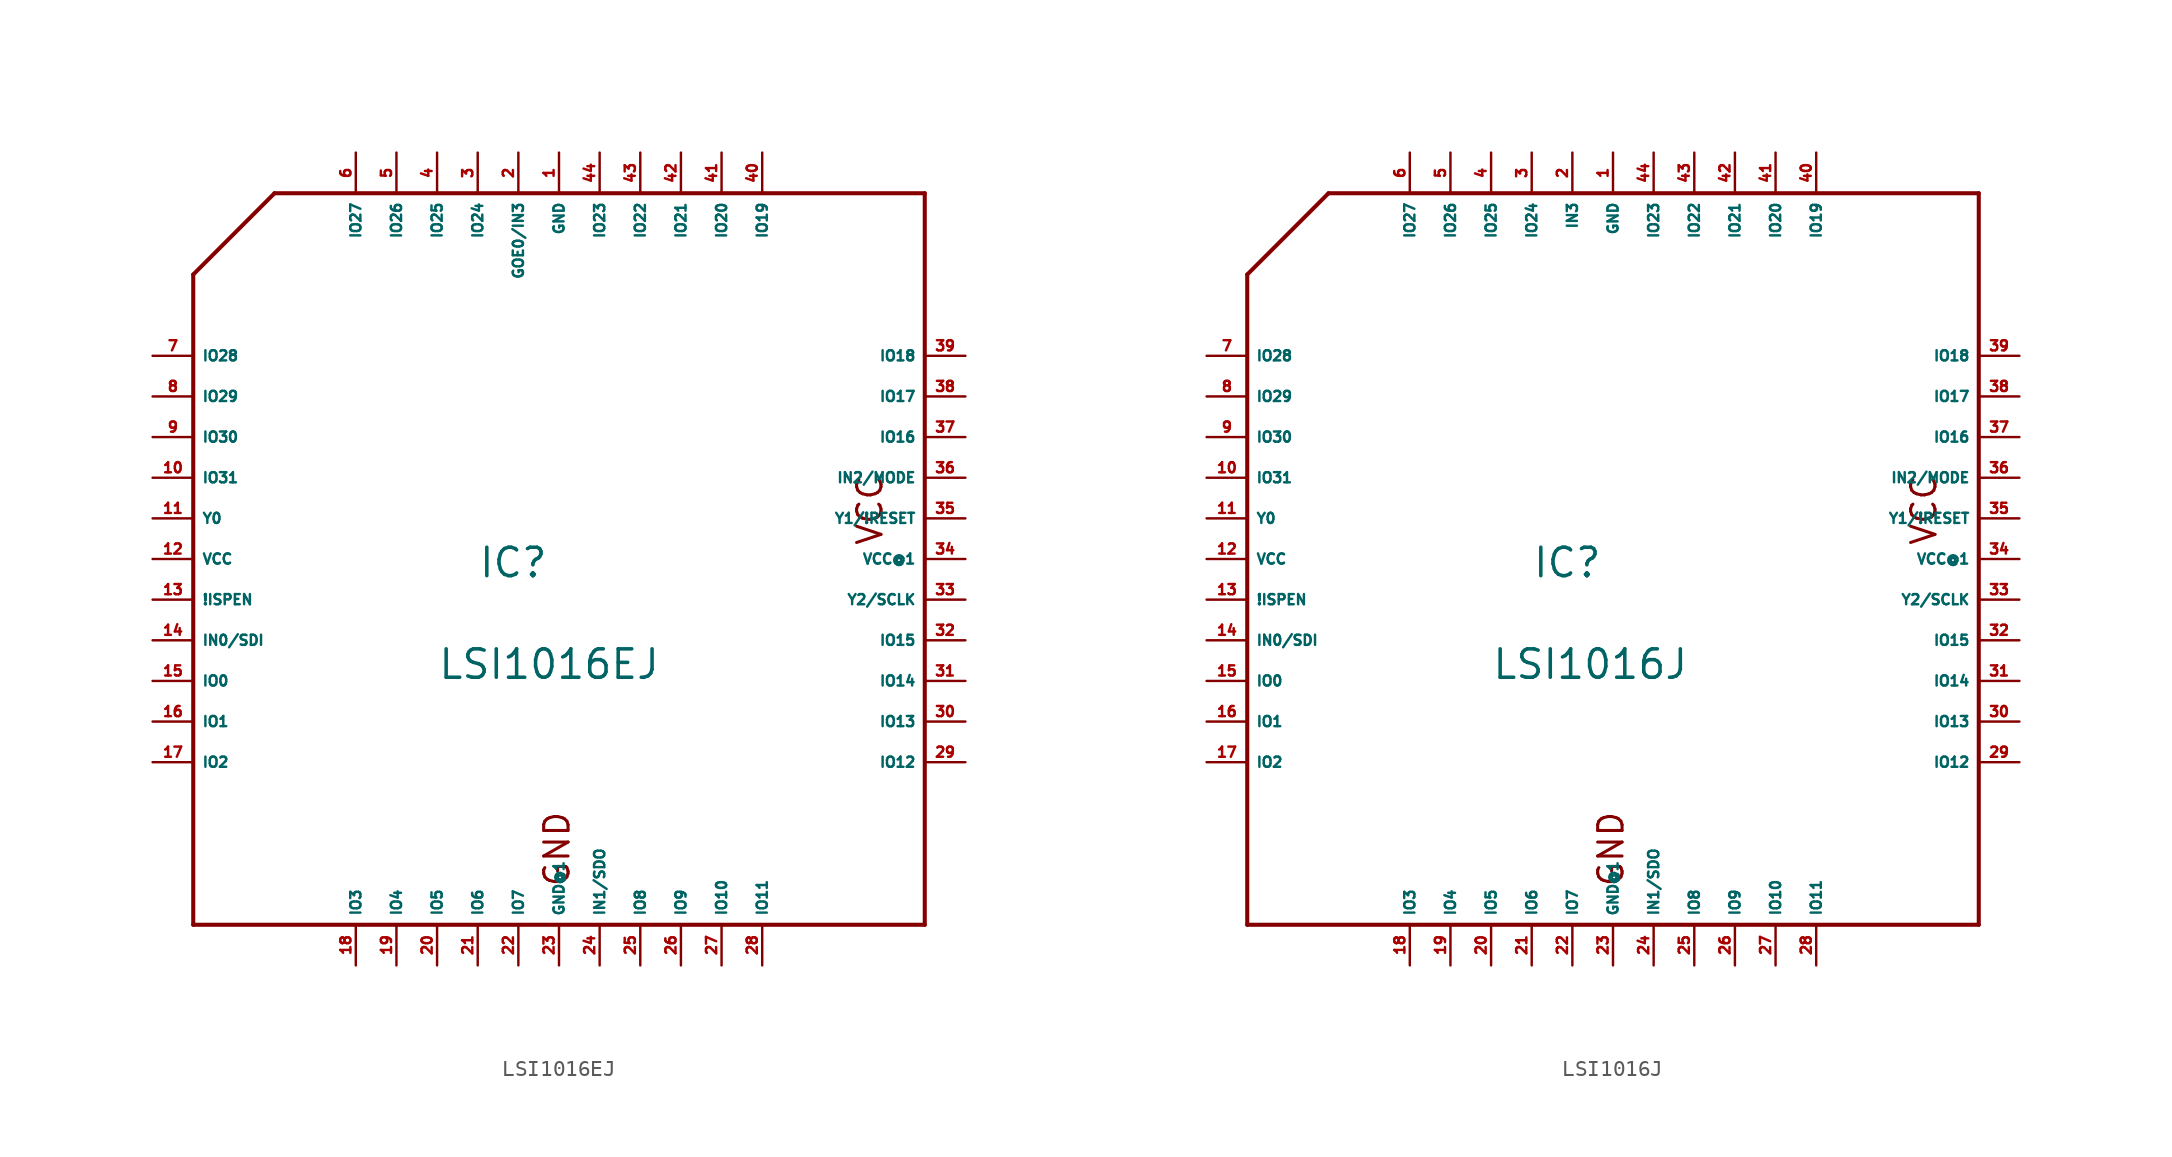
<source format=kicad_sym>
(kicad_symbol_lib
  (version 20220914)
  (generator Eagle2Kicad)
  (symbol "LSI1016EJ"
    (property "Reference" "IC"
      (at -5.08 -1.27 0)
      (effects (font (size 1.778 1.778) (thickness 0.22)) (justify left bottom)))
    (property "Value" "LSI1016EJ"
      (at -7.62 -7.62 0)
      (effects (font (size 1.778 1.778) (thickness 0.22)) (justify left bottom)))
    (polyline
      (pts (xy -22.86 17.78) (xy -17.78 22.86))
      (stroke (width 0.254) (type default))
      (fill (type none)))
    (polyline
      (pts (xy -17.78 22.86) (xy 22.86 22.86))
      (stroke (width 0.254) (type default))
      (fill (type none)))
    (polyline
      (pts (xy 22.86 22.86) (xy 22.86 -22.86))
      (stroke (width 0.254) (type default))
      (fill (type none)))
    (polyline
      (pts (xy 22.86 -22.86) (xy -22.86 -22.86))
      (stroke (width 0.254) (type default))
      (fill (type none)))
    (polyline
      (pts (xy -22.86 -22.86) (xy -22.86 17.78))
      (stroke (width 0.254) (type default))
      (fill (type none)))
    (text "VCC"
      (at 20.32 0.762 1800)
      (effects (font (size 1.524 1.524) (thickness 0.19)) (justify left bottom)))
    (text "GND"
      (at 0.762 -20.574 900)
      (effects (font (size 1.524 1.524) (thickness 0.19)) (justify left bottom)))
    (pin bidirectional line
      (at -25.4 -7.62 0)
      (length 2.54)
      (name "IO0" (effects (font (size 0.635 0.635) (thickness 0.08)) (justify left bottom)))
      (number "15" (effects (font (size 0.635 0.635) (thickness 0.08)) (justify left bottom))))
    (pin bidirectional line
      (at -25.4 -10.16 0)
      (length 2.54)
      (name "IO1" (effects (font (size 0.635 0.635) (thickness 0.08)) (justify left bottom)))
      (number "16" (effects (font (size 0.635 0.635) (thickness 0.08)) (justify left bottom))))
    (pin bidirectional line
      (at -25.4 -12.7 0)
      (length 2.54)
      (name "IO2" (effects (font (size 0.635 0.635) (thickness 0.08)) (justify left bottom)))
      (number "17" (effects (font (size 0.635 0.635) (thickness 0.08)) (justify left bottom))))
    (pin bidirectional line
      (at -12.7 -25.4 90)
      (length 2.54)
      (name "IO3" (effects (font (size 0.635 0.635) (thickness 0.08)) (justify left bottom)))
      (number "18" (effects (font (size 0.635 0.635) (thickness 0.08)) (justify left bottom))))
    (pin bidirectional line
      (at -10.16 -25.4 90)
      (length 2.54)
      (name "IO4" (effects (font (size 0.635 0.635) (thickness 0.08)) (justify left bottom)))
      (number "19" (effects (font (size 0.635 0.635) (thickness 0.08)) (justify left bottom))))
    (pin bidirectional line
      (at -7.62 -25.4 90)
      (length 2.54)
      (name "IO5" (effects (font (size 0.635 0.635) (thickness 0.08)) (justify left bottom)))
      (number "20" (effects (font (size 0.635 0.635) (thickness 0.08)) (justify left bottom))))
    (pin bidirectional line
      (at -5.08 -25.4 90)
      (length 2.54)
      (name "IO6" (effects (font (size 0.635 0.635) (thickness 0.08)) (justify left bottom)))
      (number "21" (effects (font (size 0.635 0.635) (thickness 0.08)) (justify left bottom))))
    (pin bidirectional line
      (at -2.54 -25.4 90)
      (length 2.54)
      (name "IO7" (effects (font (size 0.635 0.635) (thickness 0.08)) (justify left bottom)))
      (number "22" (effects (font (size 0.635 0.635) (thickness 0.08)) (justify left bottom))))
    (pin bidirectional line
      (at 5.08 -25.4 90)
      (length 2.54)
      (name "IO8" (effects (font (size 0.635 0.635) (thickness 0.08)) (justify left bottom)))
      (number "25" (effects (font (size 0.635 0.635) (thickness 0.08)) (justify left bottom))))
    (pin bidirectional line
      (at 7.62 -25.4 90)
      (length 2.54)
      (name "IO9" (effects (font (size 0.635 0.635) (thickness 0.08)) (justify left bottom)))
      (number "26" (effects (font (size 0.635 0.635) (thickness 0.08)) (justify left bottom))))
    (pin bidirectional line
      (at 10.16 -25.4 90)
      (length 2.54)
      (name "IO10" (effects (font (size 0.635 0.635) (thickness 0.08)) (justify left bottom)))
      (number "27" (effects (font (size 0.635 0.635) (thickness 0.08)) (justify left bottom))))
    (pin bidirectional line
      (at 12.7 -25.4 90)
      (length 2.54)
      (name "IO11" (effects (font (size 0.635 0.635) (thickness 0.08)) (justify left bottom)))
      (number "28" (effects (font (size 0.635 0.635) (thickness 0.08)) (justify left bottom))))
    (pin bidirectional line
      (at 25.4 -12.7 180)
      (length 2.54)
      (name "IO12" (effects (font (size 0.635 0.635) (thickness 0.08)) (justify left bottom)))
      (number "29" (effects (font (size 0.635 0.635) (thickness 0.08)) (justify left bottom))))
    (pin bidirectional line
      (at 25.4 -10.16 180)
      (length 2.54)
      (name "IO13" (effects (font (size 0.635 0.635) (thickness 0.08)) (justify left bottom)))
      (number "30" (effects (font (size 0.635 0.635) (thickness 0.08)) (justify left bottom))))
    (pin bidirectional line
      (at 25.4 -7.62 180)
      (length 2.54)
      (name "IO14" (effects (font (size 0.635 0.635) (thickness 0.08)) (justify left bottom)))
      (number "31" (effects (font (size 0.635 0.635) (thickness 0.08)) (justify left bottom))))
    (pin bidirectional line
      (at 25.4 -5.08 180)
      (length 2.54)
      (name "IO15" (effects (font (size 0.635 0.635) (thickness 0.08)) (justify left bottom)))
      (number "32" (effects (font (size 0.635 0.635) (thickness 0.08)) (justify left bottom))))
    (pin bidirectional line
      (at 25.4 7.62 180)
      (length 2.54)
      (name "IO16" (effects (font (size 0.635 0.635) (thickness 0.08)) (justify left bottom)))
      (number "37" (effects (font (size 0.635 0.635) (thickness 0.08)) (justify left bottom))))
    (pin bidirectional line
      (at 25.4 10.16 180)
      (length 2.54)
      (name "IO17" (effects (font (size 0.635 0.635) (thickness 0.08)) (justify left bottom)))
      (number "38" (effects (font (size 0.635 0.635) (thickness 0.08)) (justify left bottom))))
    (pin bidirectional line
      (at 25.4 12.7 180)
      (length 2.54)
      (name "IO18" (effects (font (size 0.635 0.635) (thickness 0.08)) (justify left bottom)))
      (number "39" (effects (font (size 0.635 0.635) (thickness 0.08)) (justify left bottom))))
    (pin bidirectional line
      (at 12.7 25.4 270)
      (length 2.54)
      (name "IO19" (effects (font (size 0.635 0.635) (thickness 0.08)) (justify left bottom)))
      (number "40" (effects (font (size 0.635 0.635) (thickness 0.08)) (justify left bottom))))
    (pin bidirectional line
      (at 10.16 25.4 270)
      (length 2.54)
      (name "IO20" (effects (font (size 0.635 0.635) (thickness 0.08)) (justify left bottom)))
      (number "41" (effects (font (size 0.635 0.635) (thickness 0.08)) (justify left bottom))))
    (pin bidirectional line
      (at 7.62 25.4 270)
      (length 2.54)
      (name "IO21" (effects (font (size 0.635 0.635) (thickness 0.08)) (justify left bottom)))
      (number "42" (effects (font (size 0.635 0.635) (thickness 0.08)) (justify left bottom))))
    (pin bidirectional line
      (at 5.08 25.4 270)
      (length 2.54)
      (name "IO22" (effects (font (size 0.635 0.635) (thickness 0.08)) (justify left bottom)))
      (number "43" (effects (font (size 0.635 0.635) (thickness 0.08)) (justify left bottom))))
    (pin bidirectional line
      (at 2.54 25.4 270)
      (length 2.54)
      (name "IO23" (effects (font (size 0.635 0.635) (thickness 0.08)) (justify left bottom)))
      (number "44" (effects (font (size 0.635 0.635) (thickness 0.08)) (justify left bottom))))
    (pin bidirectional line
      (at -5.08 25.4 270)
      (length 2.54)
      (name "IO24" (effects (font (size 0.635 0.635) (thickness 0.08)) (justify left bottom)))
      (number "3" (effects (font (size 0.635 0.635) (thickness 0.08)) (justify left bottom))))
    (pin bidirectional line
      (at -7.62 25.4 270)
      (length 2.54)
      (name "IO25" (effects (font (size 0.635 0.635) (thickness 0.08)) (justify left bottom)))
      (number "4" (effects (font (size 0.635 0.635) (thickness 0.08)) (justify left bottom))))
    (pin bidirectional line
      (at -10.16 25.4 270)
      (length 2.54)
      (name "IO26" (effects (font (size 0.635 0.635) (thickness 0.08)) (justify left bottom)))
      (number "5" (effects (font (size 0.635 0.635) (thickness 0.08)) (justify left bottom))))
    (pin bidirectional line
      (at -12.7 25.4 270)
      (length 2.54)
      (name "IO27" (effects (font (size 0.635 0.635) (thickness 0.08)) (justify left bottom)))
      (number "6" (effects (font (size 0.635 0.635) (thickness 0.08)) (justify left bottom))))
    (pin bidirectional line
      (at -25.4 12.7 0)
      (length 2.54)
      (name "IO28" (effects (font (size 0.635 0.635) (thickness 0.08)) (justify left bottom)))
      (number "7" (effects (font (size 0.635 0.635) (thickness 0.08)) (justify left bottom))))
    (pin bidirectional line
      (at -25.4 10.16 0)
      (length 2.54)
      (name "IO29" (effects (font (size 0.635 0.635) (thickness 0.08)) (justify left bottom)))
      (number "8" (effects (font (size 0.635 0.635) (thickness 0.08)) (justify left bottom))))
    (pin bidirectional line
      (at -25.4 7.62 0)
      (length 2.54)
      (name "IO30" (effects (font (size 0.635 0.635) (thickness 0.08)) (justify left bottom)))
      (number "9" (effects (font (size 0.635 0.635) (thickness 0.08)) (justify left bottom))))
    (pin bidirectional line
      (at -25.4 5.08 0)
      (length 2.54)
      (name "IO31" (effects (font (size 0.635 0.635) (thickness 0.08)) (justify left bottom)))
      (number "10" (effects (font (size 0.635 0.635) (thickness 0.08)) (justify left bottom))))
    (pin input line
      (at -25.4 -2.54 0)
      (length 2.54)
      (name "!ISPEN" (effects (font (size 0.635 0.635) (thickness 0.08)) (justify left bottom)))
      (number "13" (effects (font (size 0.635 0.635) (thickness 0.08)) (justify left bottom))))
    (pin input line
      (at -25.4 2.54 0)
      (length 2.54)
      (name "Y0" (effects (font (size 0.635 0.635) (thickness 0.08)) (justify left bottom)))
      (number "11" (effects (font (size 0.635 0.635) (thickness 0.08)) (justify left bottom))))
    (pin input line
      (at 25.4 2.54 180)
      (length 2.54)
      (name "Y1/!RESET" (effects (font (size 0.635 0.635) (thickness 0.08)) (justify left bottom)))
      (number "35" (effects (font (size 0.635 0.635) (thickness 0.08)) (justify left bottom))))
    (pin input line
      (at 25.4 -2.54 180)
      (length 2.54)
      (name "Y2/SCLK" (effects (font (size 0.635 0.635) (thickness 0.08)) (justify left bottom)))
      (number "33" (effects (font (size 0.635 0.635) (thickness 0.08)) (justify left bottom))))
    (pin input line
      (at 25.4 5.08 180)
      (length 2.54)
      (name "IN2/MODE" (effects (font (size 0.635 0.635) (thickness 0.08)) (justify left bottom)))
      (number "36" (effects (font (size 0.635 0.635) (thickness 0.08)) (justify left bottom))))
    (pin input line
      (at -2.54 25.4 270)
      (length 2.54)
      (name "GOE0/IN3" (effects (font (size 0.635 0.635) (thickness 0.08)) (justify left bottom)))
      (number "2" (effects (font (size 0.635 0.635) (thickness 0.08)) (justify left bottom))))
    (pin input line
      (at -25.4 -5.08 0)
      (length 2.54)
      (name "IN0/SDI" (effects (font (size 0.635 0.635) (thickness 0.08)) (justify left bottom)))
      (number "14" (effects (font (size 0.635 0.635) (thickness 0.08)) (justify left bottom))))
    (pin input line
      (at 2.54 -25.4 90)
      (length 2.54)
      (name "IN1/SDO" (effects (font (size 0.635 0.635) (thickness 0.08)) (justify left bottom)))
      (number "24" (effects (font (size 0.635 0.635) (thickness 0.08)) (justify left bottom))))
    (pin unspecified line
      (at 0 25.4 270)
      (length 2.54)
      (name "GND" (effects (font (size 0.635 0.635) (thickness 0.08)) (justify left bottom)))
      (number "1" (effects (font (size 0.635 0.635) (thickness 0.08)) (justify left bottom))))
    (pin unspecified line
      (at -25.4 0 0)
      (length 2.54)
      (name "VCC" (effects (font (size 0.635 0.635) (thickness 0.08)) (justify left bottom)))
      (number "12" (effects (font (size 0.635 0.635) (thickness 0.08)) (justify left bottom))))
    (pin unspecified line
      (at 0 -25.4 90)
      (length 2.54)
      (name "GND@1" (effects (font (size 0.635 0.635) (thickness 0.08)) (justify left bottom)))
      (number "23" (effects (font (size 0.635 0.635) (thickness 0.08)) (justify left bottom))))
    (pin unspecified line
      (at 25.4 0 180)
      (length 2.54)
      (name "VCC@1" (effects (font (size 0.635 0.635) (thickness 0.08)) (justify left bottom)))
      (number "34" (effects (font (size 0.635 0.635) (thickness 0.08)) (justify left bottom)))))
  (symbol "LSI1016J"
    (property "Reference" "IC"
      (at -5.08 -1.27 0)
      (effects (font (size 1.778 1.778) (thickness 0.22)) (justify left bottom)))
    (property "Value" "LSI1016J"
      (at -7.62 -7.62 0)
      (effects (font (size 1.778 1.778) (thickness 0.22)) (justify left bottom)))
    (polyline
      (pts (xy -22.86 17.78) (xy -17.78 22.86))
      (stroke (width 0.254) (type default))
      (fill (type none)))
    (polyline
      (pts (xy -17.78 22.86) (xy 22.86 22.86))
      (stroke (width 0.254) (type default))
      (fill (type none)))
    (polyline
      (pts (xy 22.86 22.86) (xy 22.86 -22.86))
      (stroke (width 0.254) (type default))
      (fill (type none)))
    (polyline
      (pts (xy 22.86 -22.86) (xy -22.86 -22.86))
      (stroke (width 0.254) (type default))
      (fill (type none)))
    (polyline
      (pts (xy -22.86 -22.86) (xy -22.86 17.78))
      (stroke (width 0.254) (type default))
      (fill (type none)))
    (text "VCC"
      (at 20.32 0.762 1800)
      (effects (font (size 1.524 1.524) (thickness 0.19)) (justify left bottom)))
    (text "GND"
      (at 0.762 -20.574 900)
      (effects (font (size 1.524 1.524) (thickness 0.19)) (justify left bottom)))
    (pin bidirectional line
      (at -25.4 -7.62 0)
      (length 2.54)
      (name "IO0" (effects (font (size 0.635 0.635) (thickness 0.08)) (justify left bottom)))
      (number "15" (effects (font (size 0.635 0.635) (thickness 0.08)) (justify left bottom))))
    (pin bidirectional line
      (at -25.4 -10.16 0)
      (length 2.54)
      (name "IO1" (effects (font (size 0.635 0.635) (thickness 0.08)) (justify left bottom)))
      (number "16" (effects (font (size 0.635 0.635) (thickness 0.08)) (justify left bottom))))
    (pin bidirectional line
      (at -25.4 -12.7 0)
      (length 2.54)
      (name "IO2" (effects (font (size 0.635 0.635) (thickness 0.08)) (justify left bottom)))
      (number "17" (effects (font (size 0.635 0.635) (thickness 0.08)) (justify left bottom))))
    (pin bidirectional line
      (at -12.7 -25.4 90)
      (length 2.54)
      (name "IO3" (effects (font (size 0.635 0.635) (thickness 0.08)) (justify left bottom)))
      (number "18" (effects (font (size 0.635 0.635) (thickness 0.08)) (justify left bottom))))
    (pin bidirectional line
      (at -10.16 -25.4 90)
      (length 2.54)
      (name "IO4" (effects (font (size 0.635 0.635) (thickness 0.08)) (justify left bottom)))
      (number "19" (effects (font (size 0.635 0.635) (thickness 0.08)) (justify left bottom))))
    (pin bidirectional line
      (at -7.62 -25.4 90)
      (length 2.54)
      (name "IO5" (effects (font (size 0.635 0.635) (thickness 0.08)) (justify left bottom)))
      (number "20" (effects (font (size 0.635 0.635) (thickness 0.08)) (justify left bottom))))
    (pin bidirectional line
      (at -5.08 -25.4 90)
      (length 2.54)
      (name "IO6" (effects (font (size 0.635 0.635) (thickness 0.08)) (justify left bottom)))
      (number "21" (effects (font (size 0.635 0.635) (thickness 0.08)) (justify left bottom))))
    (pin bidirectional line
      (at -2.54 -25.4 90)
      (length 2.54)
      (name "IO7" (effects (font (size 0.635 0.635) (thickness 0.08)) (justify left bottom)))
      (number "22" (effects (font (size 0.635 0.635) (thickness 0.08)) (justify left bottom))))
    (pin bidirectional line
      (at 5.08 -25.4 90)
      (length 2.54)
      (name "IO8" (effects (font (size 0.635 0.635) (thickness 0.08)) (justify left bottom)))
      (number "25" (effects (font (size 0.635 0.635) (thickness 0.08)) (justify left bottom))))
    (pin bidirectional line
      (at 7.62 -25.4 90)
      (length 2.54)
      (name "IO9" (effects (font (size 0.635 0.635) (thickness 0.08)) (justify left bottom)))
      (number "26" (effects (font (size 0.635 0.635) (thickness 0.08)) (justify left bottom))))
    (pin bidirectional line
      (at 10.16 -25.4 90)
      (length 2.54)
      (name "IO10" (effects (font (size 0.635 0.635) (thickness 0.08)) (justify left bottom)))
      (number "27" (effects (font (size 0.635 0.635) (thickness 0.08)) (justify left bottom))))
    (pin bidirectional line
      (at 12.7 -25.4 90)
      (length 2.54)
      (name "IO11" (effects (font (size 0.635 0.635) (thickness 0.08)) (justify left bottom)))
      (number "28" (effects (font (size 0.635 0.635) (thickness 0.08)) (justify left bottom))))
    (pin bidirectional line
      (at 25.4 -12.7 180)
      (length 2.54)
      (name "IO12" (effects (font (size 0.635 0.635) (thickness 0.08)) (justify left bottom)))
      (number "29" (effects (font (size 0.635 0.635) (thickness 0.08)) (justify left bottom))))
    (pin bidirectional line
      (at 25.4 -10.16 180)
      (length 2.54)
      (name "IO13" (effects (font (size 0.635 0.635) (thickness 0.08)) (justify left bottom)))
      (number "30" (effects (font (size 0.635 0.635) (thickness 0.08)) (justify left bottom))))
    (pin bidirectional line
      (at 25.4 -7.62 180)
      (length 2.54)
      (name "IO14" (effects (font (size 0.635 0.635) (thickness 0.08)) (justify left bottom)))
      (number "31" (effects (font (size 0.635 0.635) (thickness 0.08)) (justify left bottom))))
    (pin bidirectional line
      (at 25.4 -5.08 180)
      (length 2.54)
      (name "IO15" (effects (font (size 0.635 0.635) (thickness 0.08)) (justify left bottom)))
      (number "32" (effects (font (size 0.635 0.635) (thickness 0.08)) (justify left bottom))))
    (pin bidirectional line
      (at 25.4 7.62 180)
      (length 2.54)
      (name "IO16" (effects (font (size 0.635 0.635) (thickness 0.08)) (justify left bottom)))
      (number "37" (effects (font (size 0.635 0.635) (thickness 0.08)) (justify left bottom))))
    (pin bidirectional line
      (at 25.4 10.16 180)
      (length 2.54)
      (name "IO17" (effects (font (size 0.635 0.635) (thickness 0.08)) (justify left bottom)))
      (number "38" (effects (font (size 0.635 0.635) (thickness 0.08)) (justify left bottom))))
    (pin bidirectional line
      (at 25.4 12.7 180)
      (length 2.54)
      (name "IO18" (effects (font (size 0.635 0.635) (thickness 0.08)) (justify left bottom)))
      (number "39" (effects (font (size 0.635 0.635) (thickness 0.08)) (justify left bottom))))
    (pin bidirectional line
      (at 12.7 25.4 270)
      (length 2.54)
      (name "IO19" (effects (font (size 0.635 0.635) (thickness 0.08)) (justify left bottom)))
      (number "40" (effects (font (size 0.635 0.635) (thickness 0.08)) (justify left bottom))))
    (pin bidirectional line
      (at 10.16 25.4 270)
      (length 2.54)
      (name "IO20" (effects (font (size 0.635 0.635) (thickness 0.08)) (justify left bottom)))
      (number "41" (effects (font (size 0.635 0.635) (thickness 0.08)) (justify left bottom))))
    (pin bidirectional line
      (at 7.62 25.4 270)
      (length 2.54)
      (name "IO21" (effects (font (size 0.635 0.635) (thickness 0.08)) (justify left bottom)))
      (number "42" (effects (font (size 0.635 0.635) (thickness 0.08)) (justify left bottom))))
    (pin bidirectional line
      (at 5.08 25.4 270)
      (length 2.54)
      (name "IO22" (effects (font (size 0.635 0.635) (thickness 0.08)) (justify left bottom)))
      (number "43" (effects (font (size 0.635 0.635) (thickness 0.08)) (justify left bottom))))
    (pin bidirectional line
      (at 2.54 25.4 270)
      (length 2.54)
      (name "IO23" (effects (font (size 0.635 0.635) (thickness 0.08)) (justify left bottom)))
      (number "44" (effects (font (size 0.635 0.635) (thickness 0.08)) (justify left bottom))))
    (pin bidirectional line
      (at -5.08 25.4 270)
      (length 2.54)
      (name "IO24" (effects (font (size 0.635 0.635) (thickness 0.08)) (justify left bottom)))
      (number "3" (effects (font (size 0.635 0.635) (thickness 0.08)) (justify left bottom))))
    (pin bidirectional line
      (at -7.62 25.4 270)
      (length 2.54)
      (name "IO25" (effects (font (size 0.635 0.635) (thickness 0.08)) (justify left bottom)))
      (number "4" (effects (font (size 0.635 0.635) (thickness 0.08)) (justify left bottom))))
    (pin bidirectional line
      (at -10.16 25.4 270)
      (length 2.54)
      (name "IO26" (effects (font (size 0.635 0.635) (thickness 0.08)) (justify left bottom)))
      (number "5" (effects (font (size 0.635 0.635) (thickness 0.08)) (justify left bottom))))
    (pin bidirectional line
      (at -12.7 25.4 270)
      (length 2.54)
      (name "IO27" (effects (font (size 0.635 0.635) (thickness 0.08)) (justify left bottom)))
      (number "6" (effects (font (size 0.635 0.635) (thickness 0.08)) (justify left bottom))))
    (pin bidirectional line
      (at -25.4 12.7 0)
      (length 2.54)
      (name "IO28" (effects (font (size 0.635 0.635) (thickness 0.08)) (justify left bottom)))
      (number "7" (effects (font (size 0.635 0.635) (thickness 0.08)) (justify left bottom))))
    (pin bidirectional line
      (at -25.4 10.16 0)
      (length 2.54)
      (name "IO29" (effects (font (size 0.635 0.635) (thickness 0.08)) (justify left bottom)))
      (number "8" (effects (font (size 0.635 0.635) (thickness 0.08)) (justify left bottom))))
    (pin bidirectional line
      (at -25.4 7.62 0)
      (length 2.54)
      (name "IO30" (effects (font (size 0.635 0.635) (thickness 0.08)) (justify left bottom)))
      (number "9" (effects (font (size 0.635 0.635) (thickness 0.08)) (justify left bottom))))
    (pin bidirectional line
      (at -25.4 5.08 0)
      (length 2.54)
      (name "IO31" (effects (font (size 0.635 0.635) (thickness 0.08)) (justify left bottom)))
      (number "10" (effects (font (size 0.635 0.635) (thickness 0.08)) (justify left bottom))))
    (pin input line
      (at -25.4 -2.54 0)
      (length 2.54)
      (name "!ISPEN" (effects (font (size 0.635 0.635) (thickness 0.08)) (justify left bottom)))
      (number "13" (effects (font (size 0.635 0.635) (thickness 0.08)) (justify left bottom))))
    (pin input line
      (at -25.4 2.54 0)
      (length 2.54)
      (name "Y0" (effects (font (size 0.635 0.635) (thickness 0.08)) (justify left bottom)))
      (number "11" (effects (font (size 0.635 0.635) (thickness 0.08)) (justify left bottom))))
    (pin input line
      (at 25.4 2.54 180)
      (length 2.54)
      (name "Y1/!RESET" (effects (font (size 0.635 0.635) (thickness 0.08)) (justify left bottom)))
      (number "35" (effects (font (size 0.635 0.635) (thickness 0.08)) (justify left bottom))))
    (pin input line
      (at 25.4 -2.54 180)
      (length 2.54)
      (name "Y2/SCLK" (effects (font (size 0.635 0.635) (thickness 0.08)) (justify left bottom)))
      (number "33" (effects (font (size 0.635 0.635) (thickness 0.08)) (justify left bottom))))
    (pin input line
      (at 25.4 5.08 180)
      (length 2.54)
      (name "IN2/MODE" (effects (font (size 0.635 0.635) (thickness 0.08)) (justify left bottom)))
      (number "36" (effects (font (size 0.635 0.635) (thickness 0.08)) (justify left bottom))))
    (pin input line
      (at -2.54 25.4 270)
      (length 2.54)
      (name "IN3" (effects (font (size 0.635 0.635) (thickness 0.08)) (justify left bottom)))
      (number "2" (effects (font (size 0.635 0.635) (thickness 0.08)) (justify left bottom))))
    (pin input line
      (at -25.4 -5.08 0)
      (length 2.54)
      (name "IN0/SDI" (effects (font (size 0.635 0.635) (thickness 0.08)) (justify left bottom)))
      (number "14" (effects (font (size 0.635 0.635) (thickness 0.08)) (justify left bottom))))
    (pin input line
      (at 2.54 -25.4 90)
      (length 2.54)
      (name "IN1/SDO" (effects (font (size 0.635 0.635) (thickness 0.08)) (justify left bottom)))
      (number "24" (effects (font (size 0.635 0.635) (thickness 0.08)) (justify left bottom))))
    (pin unspecified line
      (at 0 25.4 270)
      (length 2.54)
      (name "GND" (effects (font (size 0.635 0.635) (thickness 0.08)) (justify left bottom)))
      (number "1" (effects (font (size 0.635 0.635) (thickness 0.08)) (justify left bottom))))
    (pin unspecified line
      (at -25.4 0 0)
      (length 2.54)
      (name "VCC" (effects (font (size 0.635 0.635) (thickness 0.08)) (justify left bottom)))
      (number "12" (effects (font (size 0.635 0.635) (thickness 0.08)) (justify left bottom))))
    (pin unspecified line
      (at 0 -25.4 90)
      (length 2.54)
      (name "GND@1" (effects (font (size 0.635 0.635) (thickness 0.08)) (justify left bottom)))
      (number "23" (effects (font (size 0.635 0.635) (thickness 0.08)) (justify left bottom))))
    (pin unspecified line
      (at 25.4 0 180)
      (length 2.54)
      (name "VCC@1" (effects (font (size 0.635 0.635) (thickness 0.08)) (justify left bottom)))
      (number "34" (effects (font (size 0.635 0.635) (thickness 0.08)) (justify left bottom))))))
</source>
